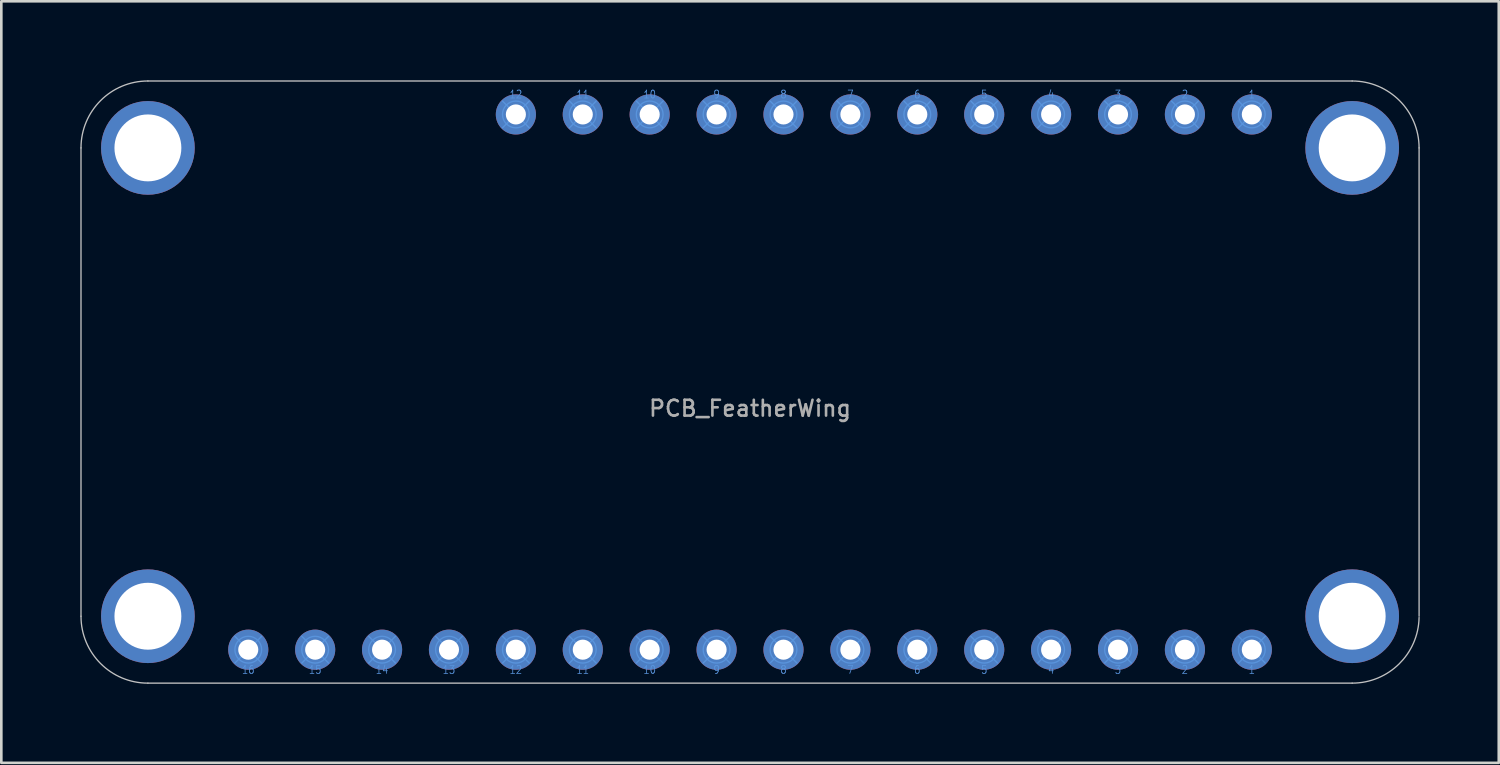
<source format=kicad_pcb>
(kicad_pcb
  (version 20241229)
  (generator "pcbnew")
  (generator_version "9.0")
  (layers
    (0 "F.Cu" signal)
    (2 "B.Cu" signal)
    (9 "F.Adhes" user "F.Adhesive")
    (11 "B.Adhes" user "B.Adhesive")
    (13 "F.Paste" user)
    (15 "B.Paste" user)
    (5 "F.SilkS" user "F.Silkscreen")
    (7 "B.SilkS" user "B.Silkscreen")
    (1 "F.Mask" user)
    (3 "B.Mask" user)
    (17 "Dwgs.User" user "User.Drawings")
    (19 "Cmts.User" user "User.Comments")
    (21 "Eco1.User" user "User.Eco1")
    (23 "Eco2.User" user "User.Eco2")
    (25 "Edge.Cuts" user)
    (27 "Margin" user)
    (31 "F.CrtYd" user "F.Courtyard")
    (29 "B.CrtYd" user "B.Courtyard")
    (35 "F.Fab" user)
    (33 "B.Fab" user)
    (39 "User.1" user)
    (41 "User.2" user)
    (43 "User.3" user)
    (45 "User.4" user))
  (footprint "PCB_FeatherWing"
    (layer "F.Cu")
    (at 25.425 11.455)
    (property "Reference" "PCB_FeatherWing" (at 0 1 0) (layer "F.Fab") (effects (font (size 0.6 0.6) (thickness 0.1))))
    (attr through_hole)
    (fp_line (start -25.4 -8.89) (end -25.4 8.89) (stroke (width 0.05) (type solid)) (layer "Dwgs.User"))
    (fp_line (start -22.86 11.43) (end 22.86 11.43) (stroke (width 0.05) (type solid)) (layer "Dwgs.User"))
    (fp_line (start 22.86 -11.43) (end -22.86 -11.43) (stroke (width 0.05) (type solid)) (layer "Dwgs.User"))
    (fp_line (start 25.4 8.89) (end 25.4 -8.89) (stroke (width 0.05) (type solid)) (layer "Dwgs.User"))
    (fp_arc (start -25.4 -8.89) (mid -24.656051 -10.686051) (end -22.86 -11.43) (stroke (width 0.05) (type solid)) (layer "Dwgs.User"))
    (fp_arc (start -22.86 11.43) (mid -24.656051 10.686051) (end -25.4 8.89) (stroke (width 0.05) (type solid)) (layer "Dwgs.User"))
    (fp_arc (start 22.86 -11.43) (mid 24.656051 -10.686051) (end 25.4 -8.89) (stroke (width 0.05) (type solid)) (layer "Dwgs.User"))
    (fp_arc (start 25.399532 8.938762) (mid 24.638728 10.703209) (end 22.86 11.43) (stroke (width 0.05) (type solid)) (layer "Dwgs.User"))
    (fp_line (start -19.558 9.652) (end -18.542 10.668) (stroke (width 0.05) (type solid)) (layer "Cmts.User"))
    (fp_line (start -19.558 10.668) (end -18.542 9.652) (stroke (width 0.05) (type solid)) (layer "Cmts.User"))
    (fp_line (start -17.018 9.652) (end -16.002 10.668) (stroke (width 0.05) (type solid)) (layer "Cmts.User"))
    (fp_line (start -17.018 10.668) (end -16.002 9.652) (stroke (width 0.05) (type solid)) (layer "Cmts.User"))
    (fp_line (start -14.478 9.652) (end -13.462 10.668) (stroke (width 0.05) (type solid)) (layer "Cmts.User"))
    (fp_line (start -14.478 10.668) (end -13.462 9.652) (stroke (width 0.05) (type solid)) (layer "Cmts.User"))
    (fp_line (start -11.938 9.652) (end -10.922 10.668) (stroke (width 0.05) (type solid)) (layer "Cmts.User"))
    (fp_line (start -11.938 10.668) (end -10.922 9.652) (stroke (width 0.05) (type solid)) (layer "Cmts.User"))
    (fp_line (start -9.398 -10.668) (end -8.382 -9.652) (stroke (width 0.05) (type solid)) (layer "Cmts.User"))
    (fp_line (start -9.398 -9.652) (end -8.382 -10.668) (stroke (width 0.05) (type solid)) (layer "Cmts.User"))
    (fp_line (start -9.398 9.652) (end -8.382 10.668) (stroke (width 0.05) (type solid)) (layer "Cmts.User"))
    (fp_line (start -9.398 10.668) (end -8.382 9.652) (stroke (width 0.05) (type solid)) (layer "Cmts.User"))
    (fp_line (start -6.858 -10.668) (end -5.842 -9.652) (stroke (width 0.05) (type solid)) (layer "Cmts.User"))
    (fp_line (start -6.858 -9.652) (end -5.842 -10.668) (stroke (width 0.05) (type solid)) (layer "Cmts.User"))
    (fp_line (start -6.858 9.652) (end -5.842 10.668) (stroke (width 0.05) (type solid)) (layer "Cmts.User"))
    (fp_line (start -6.858 10.668) (end -5.842 9.652) (stroke (width 0.05) (type solid)) (layer "Cmts.User"))
    (fp_line (start -4.318 -10.668) (end -3.302 -9.652) (stroke (width 0.05) (type solid)) (layer "Cmts.User"))
    (fp_line (start -4.318 -9.652) (end -3.302 -10.668) (stroke (width 0.05) (type solid)) (layer "Cmts.User"))
    (fp_line (start -4.318 9.652) (end -3.302 10.668) (stroke (width 0.05) (type solid)) (layer "Cmts.User"))
    (fp_line (start -4.318 10.668) (end -3.302 9.652) (stroke (width 0.05) (type solid)) (layer "Cmts.User"))
    (fp_line (start -1.778 -10.668) (end -0.762 -9.652) (stroke (width 0.05) (type solid)) (layer "Cmts.User"))
    (fp_line (start -1.778 -9.652) (end -0.762 -10.668) (stroke (width 0.05) (type solid)) (layer "Cmts.User"))
    (fp_line (start -1.778 9.652) (end -0.762 10.668) (stroke (width 0.05) (type solid)) (layer "Cmts.User"))
    (fp_line (start -1.778 10.668) (end -0.762 9.652) (stroke (width 0.05) (type solid)) (layer "Cmts.User"))
    (fp_line (start 0.762 -10.668) (end 1.778 -9.652) (stroke (width 0.05) (type solid)) (layer "Cmts.User"))
    (fp_line (start 0.762 -9.652) (end 1.778 -10.668) (stroke (width 0.05) (type solid)) (layer "Cmts.User"))
    (fp_line (start 0.762 9.652) (end 1.778 10.668) (stroke (width 0.05) (type solid)) (layer "Cmts.User"))
    (fp_line (start 0.762 10.668) (end 1.778 9.652) (stroke (width 0.05) (type solid)) (layer "Cmts.User"))
    (fp_line (start 3.302 -10.668) (end 4.318 -9.652) (stroke (width 0.05) (type solid)) (layer "Cmts.User"))
    (fp_line (start 3.302 -9.652) (end 4.318 -10.668) (stroke (width 0.05) (type solid)) (layer "Cmts.User"))
    (fp_line (start 3.302 9.652) (end 4.318 10.668) (stroke (width 0.05) (type solid)) (layer "Cmts.User"))
    (fp_line (start 3.302 10.668) (end 4.318 9.652) (stroke (width 0.05) (type solid)) (layer "Cmts.User"))
    (fp_line (start 5.842 -10.668) (end 6.858 -9.652) (stroke (width 0.05) (type solid)) (layer "Cmts.User"))
    (fp_line (start 5.842 -9.652) (end 6.858 -10.668) (stroke (width 0.05) (type solid)) (layer "Cmts.User"))
    (fp_line (start 5.842 9.652) (end 6.858 10.668) (stroke (width 0.05) (type solid)) (layer "Cmts.User"))
    (fp_line (start 5.842 10.668) (end 6.858 9.652) (stroke (width 0.05) (type solid)) (layer "Cmts.User"))
    (fp_line (start 8.382 -10.668) (end 9.398 -9.652) (stroke (width 0.05) (type solid)) (layer "Cmts.User"))
    (fp_line (start 8.382 -9.652) (end 9.398 -10.668) (stroke (width 0.05) (type solid)) (layer "Cmts.User"))
    (fp_line (start 8.382 9.652) (end 9.398 10.668) (stroke (width 0.05) (type solid)) (layer "Cmts.User"))
    (fp_line (start 8.382 10.668) (end 9.398 9.652) (stroke (width 0.05) (type solid)) (layer "Cmts.User"))
    (fp_line (start 10.922 -10.668) (end 11.938 -9.652) (stroke (width 0.05) (type solid)) (layer "Cmts.User"))
    (fp_line (start 10.922 -9.652) (end 11.938 -10.668) (stroke (width 0.05) (type solid)) (layer "Cmts.User"))
    (fp_line (start 10.922 9.652) (end 11.938 10.668) (stroke (width 0.05) (type solid)) (layer "Cmts.User"))
    (fp_line (start 10.922 10.668) (end 11.938 9.652) (stroke (width 0.05) (type solid)) (layer "Cmts.User"))
    (fp_line (start 13.462 -10.668) (end 14.478 -9.652) (stroke (width 0.05) (type solid)) (layer "Cmts.User"))
    (fp_line (start 13.462 -9.652) (end 14.478 -10.668) (stroke (width 0.05) (type solid)) (layer "Cmts.User"))
    (fp_line (start 13.462 9.652) (end 14.478 10.668) (stroke (width 0.05) (type solid)) (layer "Cmts.User"))
    (fp_line (start 13.462 10.668) (end 14.478 9.652) (stroke (width 0.05) (type solid)) (layer "Cmts.User"))
    (fp_line (start 16.002 -10.668) (end 17.018 -9.652) (stroke (width 0.05) (type solid)) (layer "Cmts.User"))
    (fp_line (start 16.002 -9.652) (end 17.018 -10.668) (stroke (width 0.05) (type solid)) (layer "Cmts.User"))
    (fp_line (start 16.002 9.652) (end 17.018 10.668) (stroke (width 0.05) (type solid)) (layer "Cmts.User"))
    (fp_line (start 16.002 10.668) (end 17.018 9.652) (stroke (width 0.05) (type solid)) (layer "Cmts.User"))
    (fp_line (start 18.542 -10.668) (end 19.558 -9.652) (stroke (width 0.05) (type solid)) (layer "Cmts.User"))
    (fp_line (start 18.542 -9.652) (end 19.558 -10.668) (stroke (width 0.05) (type solid)) (layer "Cmts.User"))
    (fp_line (start 18.542 9.652) (end 19.558 10.668) (stroke (width 0.05) (type solid)) (layer "Cmts.User"))
    (fp_line (start 18.542 10.668) (end 19.558 9.652) (stroke (width 0.05) (type solid)) (layer "Cmts.User"))
    (fp_circle (center -19.05 10.16) (end -18.542 10.16) (stroke (width 0.05) (type solid)) (fill no) (layer "Cmts.User"))
    (fp_circle (center -16.51 10.16) (end -16.002 10.16) (stroke (width 0.05) (type solid)) (fill no) (layer "Cmts.User"))
    (fp_circle (center -13.97 10.16) (end -13.462 10.16) (stroke (width 0.05) (type solid)) (fill no) (layer "Cmts.User"))
    (fp_circle (center -11.43 10.16) (end -10.922 10.16) (stroke (width 0.05) (type solid)) (fill no) (layer "Cmts.User"))
    (fp_circle (center -8.89 -10.16) (end -8.382 -10.16) (stroke (width 0.05) (type solid)) (fill no) (layer "Cmts.User"))
    (fp_circle (center -8.89 10.16) (end -8.382 10.16) (stroke (width 0.05) (type solid)) (fill no) (layer "Cmts.User"))
    (fp_circle (center -6.35 -10.16) (end -5.842 -10.16) (stroke (width 0.05) (type solid)) (fill no) (layer "Cmts.User"))
    (fp_circle (center -6.35 10.16) (end -5.842 10.16) (stroke (width 0.05) (type solid)) (fill no) (layer "Cmts.User"))
    (fp_circle (center -3.81 -10.16) (end -3.302 -10.16) (stroke (width 0.05) (type solid)) (fill no) (layer "Cmts.User"))
    (fp_circle (center -3.81 10.16) (end -3.302 10.16) (stroke (width 0.05) (type solid)) (fill no) (layer "Cmts.User"))
    (fp_circle (center -1.27 -10.16) (end -0.762 -10.16) (stroke (width 0.05) (type solid)) (fill no) (layer "Cmts.User"))
    (fp_circle (center -1.27 10.16) (end -0.762 10.16) (stroke (width 0.05) (type solid)) (fill no) (layer "Cmts.User"))
    (fp_circle (center 1.27 -10.16) (end 1.778 -10.16) (stroke (width 0.05) (type solid)) (fill no) (layer "Cmts.User"))
    (fp_circle (center 1.27 10.16) (end 1.778 10.16) (stroke (width 0.05) (type solid)) (fill no) (layer "Cmts.User"))
    (fp_circle (center 3.81 -10.16) (end 4.318 -10.16) (stroke (width 0.05) (type solid)) (fill no) (layer "Cmts.User"))
    (fp_circle (center 3.81 10.16) (end 4.318 10.16) (stroke (width 0.05) (type solid)) (fill no) (layer "Cmts.User"))
    (fp_circle (center 6.35 -10.16) (end 6.858 -10.16) (stroke (width 0.05) (type solid)) (fill no) (layer "Cmts.User"))
    (fp_circle (center 6.35 10.16) (end 6.858 10.16) (stroke (width 0.05) (type solid)) (fill no) (layer "Cmts.User"))
    (fp_circle (center 8.89 -10.16) (end 9.398 -10.16) (stroke (width 0.05) (type solid)) (fill no) (layer "Cmts.User"))
    (fp_circle (center 8.89 10.16) (end 9.398 10.16) (stroke (width 0.05) (type solid)) (fill no) (layer "Cmts.User"))
    (fp_circle (center 11.43 -10.16) (end 11.938 -10.16) (stroke (width 0.05) (type solid)) (fill no) (layer "Cmts.User"))
    (fp_circle (center 11.43 10.16) (end 11.938 10.16) (stroke (width 0.05) (type solid)) (fill no) (layer "Cmts.User"))
    (fp_circle (center 13.97 -10.16) (end 14.478 -10.16) (stroke (width 0.05) (type solid)) (fill no) (layer "Cmts.User"))
    (fp_circle (center 13.97 10.16) (end 14.478 10.16) (stroke (width 0.05) (type solid)) (fill no) (layer "Cmts.User"))
    (fp_circle (center 16.51 -10.16) (end 17.018 -10.16) (stroke (width 0.05) (type solid)) (fill no) (layer "Cmts.User"))
    (fp_circle (center 16.51 10.16) (end 17.018 10.16) (stroke (width 0.05) (type solid)) (fill no) (layer "Cmts.User"))
    (fp_circle (center 19.05 -10.16) (end 19.558 -10.16) (stroke (width 0.05) (type solid)) (fill no) (layer "Cmts.User"))
    (fp_circle (center 19.05 10.16) (end 19.558 10.16) (stroke (width 0.05) (type solid)) (fill no) (layer "Cmts.User"))
    (fp_text user "3" (at 13.97 10.922 0) (layer "Cmts.User") (effects (font (size 0.3 0.25) (thickness 0.03))))
    (fp_text user "2" (at 16.51 10.922 0) (layer "Cmts.User") (effects (font (size 0.3 0.25) (thickness 0.03))))
    (fp_text user "3" (at 13.97 -10.922 0) (layer "Cmts.User") (effects (font (size 0.3 0.25) (thickness 0.03))))
    (fp_text user "14" (at -13.97 10.922 0) (layer "Cmts.User") (effects (font (size 0.3 0.25) (thickness 0.03))))
    (fp_text user "1" (at 19.05 10.922 0) (layer "Cmts.User") (effects (font (size 0.3 0.25) (thickness 0.03))))
    (fp_text user "4" (at 11.43 -10.922 0) (layer "Cmts.User") (effects (font (size 0.3 0.25) (thickness 0.03))))
    (fp_text user "12" (at -8.89 10.922 0) (layer "Cmts.User") (effects (font (size 0.3 0.25) (thickness 0.03))))
    (fp_text user "5" (at 8.89 -10.922 0) (layer "Cmts.User") (effects (font (size 0.3 0.25) (thickness 0.03))))
    (fp_text user "6" (at 6.35 -10.922 0) (layer "Cmts.User") (effects (font (size 0.3 0.25) (thickness 0.03))))
    (fp_text user "7" (at 3.81 10.922 0) (layer "Cmts.User") (effects (font (size 0.3 0.25) (thickness 0.03))))
    (fp_text user "7" (at 3.81 -10.922 0) (layer "Cmts.User") (effects (font (size 0.3 0.25) (thickness 0.03))))
    (fp_text user "5" (at 8.89 10.922 0) (layer "Cmts.User") (effects (font (size 0.3 0.25) (thickness 0.03))))
    (fp_text user "9" (at -1.27 -10.922 0) (layer "Cmts.User") (effects (font (size 0.3 0.25) (thickness 0.03))))
    (fp_text user "4" (at 11.43 10.922 0) (layer "Cmts.User") (effects (font (size 0.3 0.25) (thickness 0.03))))
    (fp_text user "8" (at 1.27 10.922 0) (layer "Cmts.User") (effects (font (size 0.3 0.25) (thickness 0.03))))
    (fp_text user "6" (at 6.35 10.922 0) (layer "Cmts.User") (effects (font (size 0.3 0.25) (thickness 0.03))))
    (fp_text user "10" (at -3.81 -10.922 0) (layer "Cmts.User") (effects (font (size 0.3 0.25) (thickness 0.03))))
    (fp_text user "9" (at -1.27 10.922 0) (layer "Cmts.User") (effects (font (size 0.3 0.25) (thickness 0.03))))
    (fp_text user "12" (at -8.89 -10.922 0) (layer "Cmts.User") (effects (font (size 0.3 0.25) (thickness 0.03))))
    (fp_text user "2" (at 16.51 -10.922 0) (layer "Cmts.User") (effects (font (size 0.3 0.25) (thickness 0.03))))
    (fp_text user "13" (at -11.43 10.922 0) (layer "Cmts.User") (effects (font (size 0.3 0.25) (thickness 0.03))))
    (fp_text user "11" (at -6.35 10.922 0) (layer "Cmts.User") (effects (font (size 0.3 0.25) (thickness 0.03))))
    (fp_text user "1" (at 19.05 -10.922 0) (layer "Cmts.User") (effects (font (size 0.3 0.25) (thickness 0.03))))
    (fp_text user "15" (at -16.51 10.922 0) (layer "Cmts.User") (effects (font (size 0.3 0.25) (thickness 0.03))))
    (fp_text user "11" (at -6.35 -10.922 0) (layer "Cmts.User") (effects (font (size 0.3 0.25) (thickness 0.03))))
    (fp_text user "8" (at 1.27 -10.922 0) (layer "Cmts.User") (effects (font (size 0.3 0.25) (thickness 0.03))))
    (fp_text user "16" (at -19.05 10.922 0) (layer "Cmts.User") (effects (font (size 0.3 0.25) (thickness 0.03))))
    (fp_text user "10" (at -3.81 10.922 0) (layer "Cmts.User") (effects (font (size 0.3 0.25) (thickness 0.03))))
    (fp_text user "${REFERENCE}" (at 17.78 8.89 180) (layer "Eco1.User") (effects (font (size 0.3 0.3) (thickness 0.03))))
    (pad "" np_thru_hole circle (at -22.86 -8.89) (size 3.556 3.556) (drill 2.54) (layers "*.Cu" "*.Mask"))
    (pad "" np_thru_hole circle (at -22.86 8.89) (size 3.556 3.556) (drill 2.54) (layers "*.Cu" "*.Mask"))
    (pad "" np_thru_hole circle (at 22.86 -8.89) (size 3.556 3.556) (drill 2.54) (layers "*.Cu" "*.Mask"))
    (pad "" np_thru_hole circle (at 22.86 8.89) (size 3.556 3.556) (drill 2.54) (layers "*.Cu" "*.Mask"))
    (pad "1" thru_hole circle (at -19.05 10.16) (size 1.524 1.524) (drill 0.762) (layers "*.Cu" "*.Mask"))
    (pad "2" thru_hole circle (at -16.51 10.16) (size 1.524 1.524) (drill 0.762) (layers "*.Cu" "*.Mask"))
    (pad "3" thru_hole circle (at -13.97 10.16) (size 1.524 1.524) (drill 0.762) (layers "*.Cu" "*.Mask"))
    (pad "4" thru_hole circle (at -11.43 10.16) (size 1.524 1.524) (drill 0.762) (layers "*.Cu" "*.Mask"))
    (pad "5" thru_hole circle (at -8.89 10.16) (size 1.524 1.524) (drill 0.762) (layers "*.Cu" "*.Mask"))
    (pad "6" thru_hole circle (at -6.35 10.16) (size 1.524 1.524) (drill 0.762) (layers "*.Cu" "*.Mask"))
    (pad "7" thru_hole circle (at -3.81 10.16) (size 1.524 1.524) (drill 0.762) (layers "*.Cu" "*.Mask"))
    (pad "8" thru_hole circle (at -1.27 10.16) (size 1.524 1.524) (drill 0.762) (layers "*.Cu" "*.Mask"))
    (pad "9" thru_hole circle (at 1.27 10.16) (size 1.524 1.524) (drill 0.762) (layers "*.Cu" "*.Mask"))
    (pad "10" thru_hole circle (at 3.81 10.16) (size 1.524 1.524) (drill 0.762) (layers "*.Cu" "*.Mask"))
    (pad "11" thru_hole circle (at 6.35 10.16) (size 1.524 1.524) (drill 0.762) (layers "*.Cu" "*.Mask"))
    (pad "12" thru_hole circle (at 8.89 10.16) (size 1.524 1.524) (drill 0.762) (layers "*.Cu" "*.Mask"))
    (pad "13" thru_hole circle (at 11.43 10.16) (size 1.524 1.524) (drill 0.762) (layers "*.Cu" "*.Mask"))
    (pad "14" thru_hole circle (at 13.97 10.16) (size 1.524 1.524) (drill 0.762) (layers "*.Cu" "*.Mask"))
    (pad "15" thru_hole circle (at 16.51 10.16) (size 1.524 1.524) (drill 0.762) (layers "*.Cu" "*.Mask"))
    (pad "16" thru_hole circle (at 19.05 10.16) (size 1.524 1.524) (drill 0.762) (layers "*.Cu" "*.Mask"))
    (pad "17" thru_hole circle (at 19.05 -10.16) (size 1.524 1.524) (drill 0.762) (layers "*.Cu" "*.Mask"))
    (pad "18" thru_hole circle (at 16.51 -10.16) (size 1.524 1.524) (drill 0.762) (layers "*.Cu" "*.Mask"))
    (pad "19" thru_hole circle (at 13.97 -10.16) (size 1.524 1.524) (drill 0.762) (layers "*.Cu" "*.Mask"))
    (pad "20" thru_hole circle (at 11.43 -10.16) (size 1.524 1.524) (drill 0.762) (layers "*.Cu" "*.Mask"))
    (pad "21" thru_hole circle (at 8.89 -10.16) (size 1.524 1.524) (drill 0.762) (layers "*.Cu" "*.Mask"))
    (pad "22" thru_hole circle (at 6.35 -10.16) (size 1.524 1.524) (drill 0.762) (layers "*.Cu" "*.Mask"))
    (pad "23" thru_hole circle (at 3.81 -10.16) (size 1.524 1.524) (drill 0.762) (layers "*.Cu" "*.Mask"))
    (pad "24" thru_hole circle (at 1.27 -10.16) (size 1.524 1.524) (drill 0.762) (layers "*.Cu" "*.Mask"))
    (pad "25" thru_hole circle (at -1.27 -10.16) (size 1.524 1.524) (drill 0.762) (layers "*.Cu" "*.Mask"))
    (pad "26" thru_hole circle (at -3.81 -10.16) (size 1.524 1.524) (drill 0.762) (layers "*.Cu" "*.Mask"))
    (pad "27" thru_hole circle (at -6.35 -10.16) (size 1.524 1.524) (drill 0.762) (layers "*.Cu" "*.Mask"))
    (pad "28" thru_hole circle (at -8.89 -10.16) (size 1.524 1.524) (drill 0.762) (layers "*.Cu" "*.Mask")))
  (gr_rect
    (start -3 -3)
    (end 53.85 25.91)
    (stroke (width 0.1) (type default))
    (fill no)
    (layer "Edge.Cuts")))
</source>
